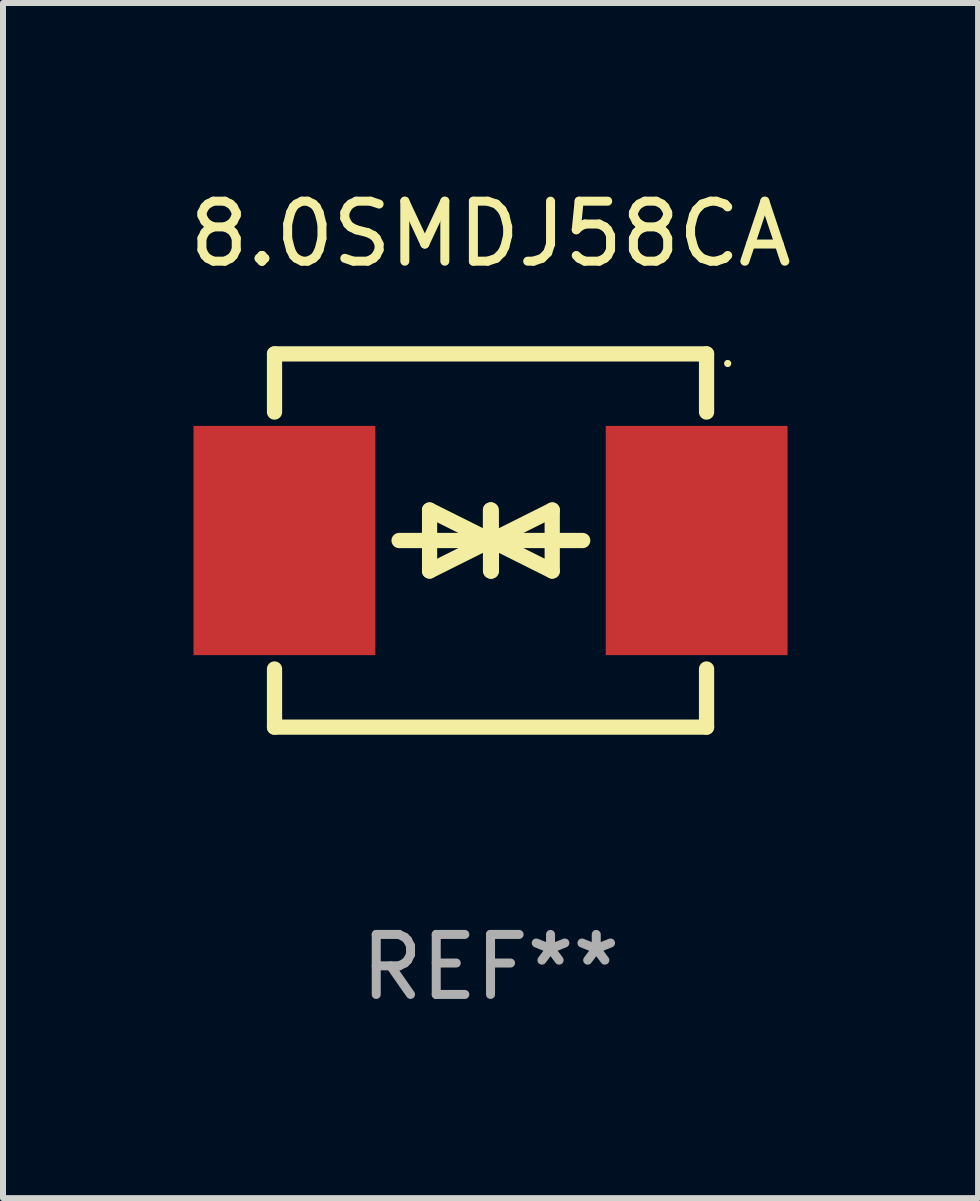
<source format=kicad_pcb>
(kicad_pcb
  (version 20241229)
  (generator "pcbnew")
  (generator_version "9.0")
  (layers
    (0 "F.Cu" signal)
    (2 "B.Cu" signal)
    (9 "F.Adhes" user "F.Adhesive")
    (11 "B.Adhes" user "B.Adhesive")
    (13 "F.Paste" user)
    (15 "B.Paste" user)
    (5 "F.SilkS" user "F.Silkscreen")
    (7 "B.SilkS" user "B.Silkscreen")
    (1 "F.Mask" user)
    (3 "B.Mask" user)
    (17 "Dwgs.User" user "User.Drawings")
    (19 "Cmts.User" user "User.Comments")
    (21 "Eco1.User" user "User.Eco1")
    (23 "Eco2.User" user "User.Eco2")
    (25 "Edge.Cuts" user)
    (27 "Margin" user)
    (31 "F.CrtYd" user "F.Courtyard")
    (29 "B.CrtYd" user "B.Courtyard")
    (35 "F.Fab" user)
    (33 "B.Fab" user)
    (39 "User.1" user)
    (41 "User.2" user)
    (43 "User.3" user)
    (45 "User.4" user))
  (footprint "8.0SMDJ58CA"
    (layer "F.Cu")
    (at 5.125 5.958)
    (property "Reference" "8.0SMDJ58CA" (at 0 -5.11 0) (layer "F.SilkS") (effects (font (size 1 1) (thickness 0.15))))
    (attr through_hole)
    (fp_line (start -3.6 -2.141) (end -3.6 -3.11) (stroke (width 0.254) (type solid)) (layer "F.SilkS"))
    (fp_line (start -3.6 3.11) (end -3.6 2.141) (stroke (width 0.254) (type solid)) (layer "F.SilkS"))
    (fp_line (start -1.524 0) (end 0.508 0) (stroke (width 0.254) (type solid)) (layer "F.SilkS"))
    (fp_line (start -1.016 -0.508) (end -1.016 0.508) (stroke (width 0.254) (type solid)) (layer "F.SilkS"))
    (fp_line (start -1.016 0.508) (end 0 0) (stroke (width 0.254) (type solid)) (layer "F.SilkS"))
    (fp_line (start 0 -0.508) (end 0 0.508) (stroke (width 0.254) (type solid)) (layer "F.SilkS"))
    (fp_line (start 0 0) (end -1.016 -0.508) (stroke (width 0.254) (type solid)) (layer "F.SilkS"))
    (fp_line (start 0 0) (end 0 -0.508) (stroke (width 0.254) (type solid)) (layer "F.SilkS"))
    (fp_line (start 0.012 0) (end 0.012 0.508) (stroke (width 0.254) (type solid)) (layer "F.SilkS"))
    (fp_line (start 0.012 0) (end 1.028 0.508) (stroke (width 0.254) (type solid)) (layer "F.SilkS"))
    (fp_line (start 0.012 0.508) (end 0.012 -0.508) (stroke (width 0.254) (type solid)) (layer "F.SilkS"))
    (fp_line (start 1.028 -0.508) (end 0.012 0) (stroke (width 0.254) (type solid)) (layer "F.SilkS"))
    (fp_line (start 1.028 0.508) (end 1.028 -0.508) (stroke (width 0.254) (type solid)) (layer "F.SilkS"))
    (fp_line (start 1.536 0) (end -0.496 0) (stroke (width 0.254) (type solid)) (layer "F.SilkS"))
    (fp_line (start 3.6 -3.11) (end -3.6 -3.11) (stroke (width 0.254) (type solid)) (layer "F.SilkS"))
    (fp_line (start 3.6 -2.141) (end 3.6 -3.11) (stroke (width 0.254) (type solid)) (layer "F.SilkS"))
    (fp_line (start 3.6 3.11) (end -3.6 3.11) (stroke (width 0.254) (type solid)) (layer "F.SilkS"))
    (fp_line (start 3.6 3.11) (end 3.6 2.141) (stroke (width 0.254) (type solid)) (layer "F.SilkS"))
    (fp_circle (center 3.952 -2.95) (end 3.982 -2.95) (stroke (width 0.06) (type solid)) (fill no) (layer "F.SilkS"))
    (fp_text user "REF**" (at 0 7.11 0) (layer "F.Fab") (effects (font (size 1 1) (thickness 0.15))))
    (pad "1" smd rect (at 3.435 0) (size 3.03 3.82) (layers "F.Cu" "F.Mask" "F.Paste"))
    (pad "2" smd rect (at -3.435 0) (size 3.03 3.82) (layers "F.Cu" "F.Mask" "F.Paste")))
  (gr_rect
    (start -3 -3)
    (end 13.25 16.917)
    (stroke (width 0.1) (type default))
    (fill no)
    (layer "Edge.Cuts")))
</source>
